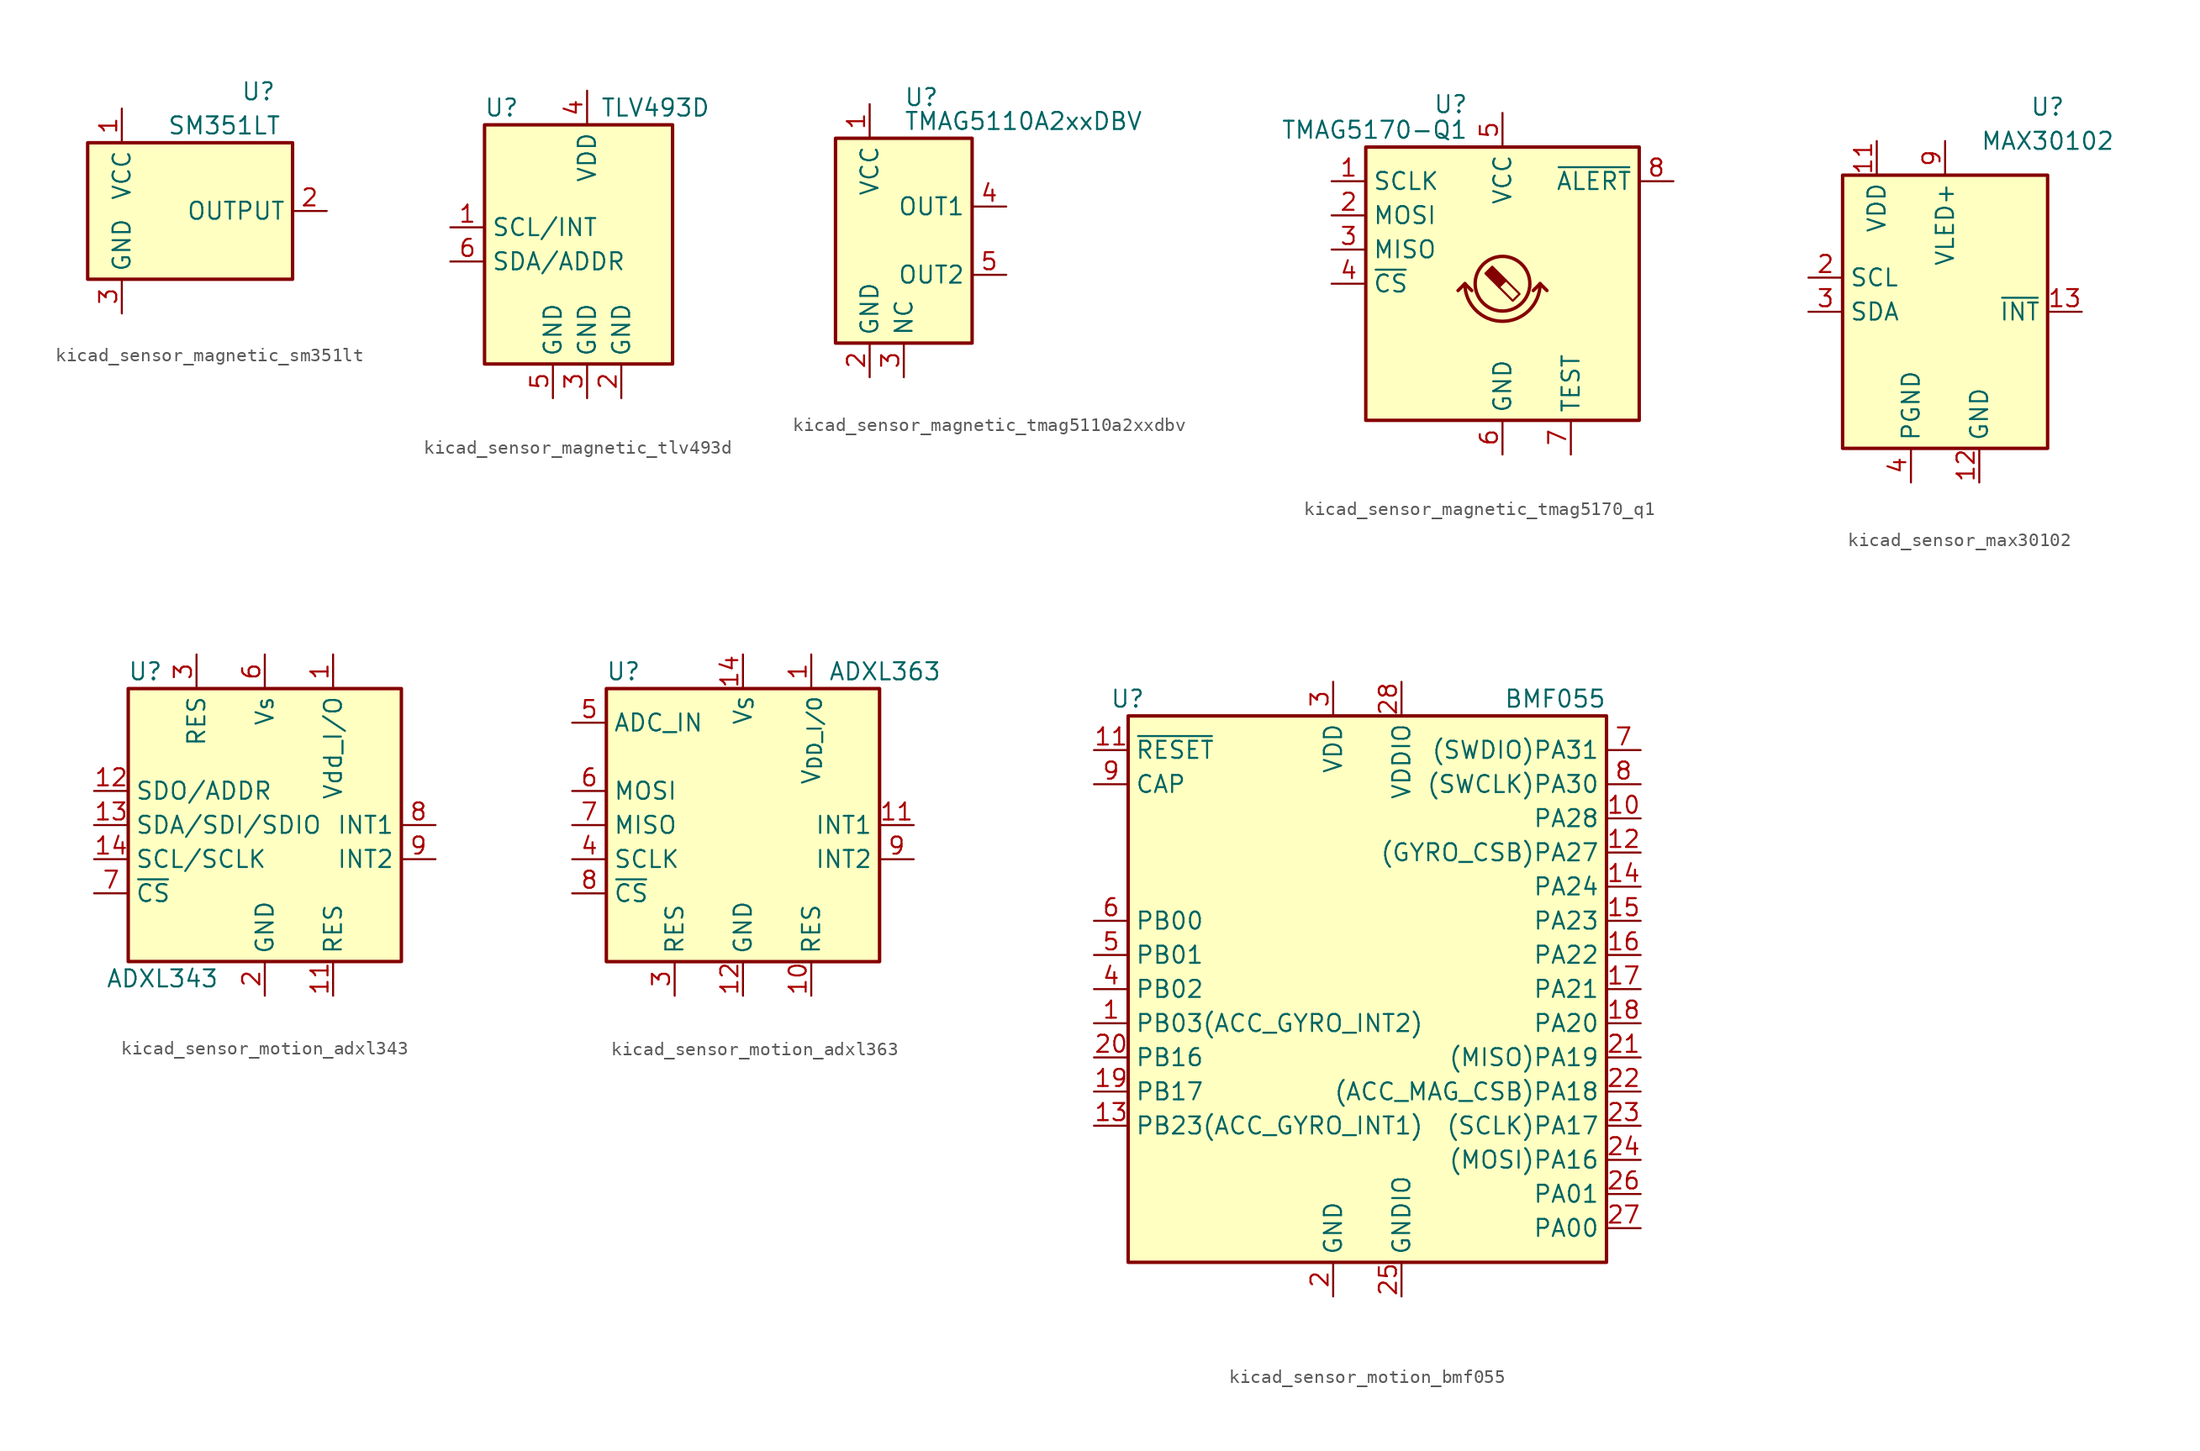
<source format=kicad_sym>
(kicad_symbol_lib
  (version 20220914)
  (generator kicad_symbol_editor)
  (symbol "kicad_sensor_magnetic_sm351lt"
    (property "Reference" "U"
      (at 5.08 8.89 0)
      (effects (font (size 1.27 1.27))))
    (property "Value" "SM351LT"
      (at 2.54 6.35 0)
      (effects (font (size 1.27 1.27))))
    (symbol "kicad_sensor_magnetic_sm351lt_0_1"
      (rectangle (start 7.62 5.08) (end -7.62 -5.08) (stroke (width 0.254) (type default)) (fill (type background))))
    (symbol "kicad_sensor_magnetic_sm351lt_1_1"
      (pin power_in line (at -5.08 7.62 270) (length 2.54) (name "VCC" (effects (font (size 1.27 1.27)))) (number "1" (effects (font (size 1.27 1.27)))))
      (pin output line (at 10.16 0 180) (length 2.54) (name "OUTPUT" (effects (font (size 1.27 1.27)))) (number "2" (effects (font (size 1.27 1.27)))))
      (pin power_in line (at -5.08 -7.62 90) (length 2.54) (name "GND" (effects (font (size 1.27 1.27)))) (number "3" (effects (font (size 1.27 1.27)))))))
  (symbol "kicad_sensor_magnetic_tlv493d"
    (property "Reference" "U"
      (at -6.35 11.43 0)
      (effects (font (size 1.27 1.27))))
    (property "Value" "TLV493D"
      (at 5.08 11.43 0)
      (effects (font (size 1.27 1.27))))
    (symbol "kicad_sensor_magnetic_tlv493d_0_1"
      (rectangle (start -7.62 10.16) (end 6.35 -7.62) (stroke (width 0.254) (type default)) (fill (type background))))
    (symbol "kicad_sensor_magnetic_tlv493d_1_1"
      (pin bidirectional line (at -10.16 2.54 0) (length 2.54) (name "SCL/INT" (effects (font (size 1.27 1.27)))) (number "1" (effects (font (size 1.27 1.27)))))
      (pin power_in line (at 2.54 -10.16 90) (length 2.54) (name "GND" (effects (font (size 1.27 1.27)))) (number "2" (effects (font (size 1.27 1.27)))))
      (pin power_in line (at 0 -10.16 90) (length 2.54) (name "GND" (effects (font (size 1.27 1.27)))) (number "3" (effects (font (size 1.27 1.27)))))
      (pin power_in line (at 0 12.7 270) (length 2.54) (name "VDD" (effects (font (size 1.27 1.27)))) (number "4" (effects (font (size 1.27 1.27)))))
      (pin power_in line (at -2.54 -10.16 90) (length 2.54) (name "GND" (effects (font (size 1.27 1.27)))) (number "5" (effects (font (size 1.27 1.27)))))
      (pin bidirectional line (at -10.16 0 0) (length 2.54) (name "SDA/ADDR" (effects (font (size 1.27 1.27)))) (number "6" (effects (font (size 1.27 1.27)))))))
  (symbol "kicad_sensor_magnetic_tmag5110a2xxdbv"
    (property "Reference" "U"
      (at 0 10.668 0)
      (effects (font (size 1.27 1.27)) (justify left)))
    (property "Value" "TMAG5110A2xxDBV"
      (at 0 8.89 0)
      (effects (font (size 1.27 1.27)) (justify left)))
    (symbol "kicad_sensor_magnetic_tmag5110a2xxdbv_0_0"
      (pin passive line (at 0 -10.16 90) (length 2.54) (name "NC" (effects (font (size 1.27 1.27)))) (number "3" (effects (font (size 1.27 1.27)))))
      (pin open_collector line (at 7.62 -2.54 180) (length 2.54) (name "OUT2" (effects (font (size 1.27 1.27)))) (number "5" (effects (font (size 1.27 1.27))))))
    (symbol "kicad_sensor_magnetic_tmag5110a2xxdbv_0_1"
      (rectangle (start -5.08 7.62) (end 5.08 -7.62) (stroke (width 0.254) (type default)) (fill (type background))))
    (symbol "kicad_sensor_magnetic_tmag5110a2xxdbv_1_1"
      (pin power_in line (at -2.54 10.16 270) (length 2.54) (name "VCC" (effects (font (size 1.27 1.27)))) (number "1" (effects (font (size 1.27 1.27)))))
      (pin power_in line (at -2.54 -10.16 90) (length 2.54) (name "GND" (effects (font (size 1.27 1.27)))) (number "2" (effects (font (size 1.27 1.27)))))
      (pin open_collector line (at 7.62 2.54 180) (length 2.54) (name "OUT1" (effects (font (size 1.27 1.27)))) (number "4" (effects (font (size 1.27 1.27)))))))
  (symbol "kicad_sensor_magnetic_tmag5170_q1"
    (property "Reference" "U"
      (at -2.54 13.335 0)
      (effects (font (size 1.27 1.27)) (justify right)))
    (property "Value" "TMAG5170-Q1"
      (at -2.54 11.43 0)
      (effects (font (size 1.27 1.27)) (justify right)))
    (symbol "kicad_sensor_magnetic_tmag5170_q1_0_1"
      (rectangle (start -10.16 10.16) (end 10.16 -10.16) (stroke (width 0.254) (type default)) (fill (type background)))
      (arc (start -2.794 0) (mid 0 -2.7819) (end 2.794 0) (stroke (width 0.254) (type default)) (fill (type none)))
      (polyline (pts (xy -2.794 0) (xy -3.302 -0.508)) (stroke (width 0.254) (type default)) (fill (type none)))
      (polyline (pts (xy -2.794 0) (xy -2.286 -0.508)) (stroke (width 0.254) (type default)) (fill (type none)))
      (polyline (pts (xy 2.794 0) (xy 2.286 -0.508)) (stroke (width 0.254) (type default)) (fill (type none)))
      (polyline (pts (xy 2.794 0) (xy 3.302 -0.508)) (stroke (width 0.254) (type default)) (fill (type none))))
    (symbol "kicad_sensor_magnetic_tmag5170_q1_1_1"
      (polyline (pts (xy 0.254 0.254) (xy 1.27 -0.762) (xy 0.762 -1.27) (xy -0.254 -0.254)) (stroke (width 0) (type default)) (fill (type none)))
      (polyline (pts (xy -0.762 1.27) (xy 0.254 0.254) (xy -0.254 -0.254) (xy -1.27 0.762) (xy -1.016 1.016) (xy -0.762 1.27) (xy -0.635 1.143)) (stroke (width 0) (type default)) (fill (type outline)))
      (circle (center 0 0) (radius 2.032) (stroke (width 0.254) (type default)) (fill (type none)))
      (pin input line (at -12.7 7.62 0) (length 2.54) (name "SCLK" (effects (font (size 1.27 1.27)))) (number "1" (effects (font (size 1.27 1.27)))))
      (pin input line (at -12.7 5.08 0) (length 2.54) (name "MOSI" (effects (font (size 1.27 1.27)))) (number "2" (effects (font (size 1.27 1.27)))))
      (pin output line (at -12.7 2.54 0) (length 2.54) (name "MISO" (effects (font (size 1.27 1.27)))) (number "3" (effects (font (size 1.27 1.27)))))
      (pin input line (at -12.7 0 0) (length 2.54) (name "~{CS}" (effects (font (size 1.27 1.27)))) (number "4" (effects (font (size 1.27 1.27)))))
      (pin power_in line (at 0 12.7 270) (length 2.54) (name "VCC" (effects (font (size 1.27 1.27)))) (number "5" (effects (font (size 1.27 1.27)))))
      (pin power_in line (at 0 -12.7 90) (length 2.54) (name "GND" (effects (font (size 1.27 1.27)))) (number "6" (effects (font (size 1.27 1.27)))))
      (pin passive line (at 5.08 -12.7 90) (length 2.54) (name "TEST" (effects (font (size 1.27 1.27)))) (number "7" (effects (font (size 1.27 1.27)))))
      (pin bidirectional line (at 12.7 7.62 180) (length 2.54) (name "~{ALERT}" (effects (font (size 1.27 1.27)))) (number "8" (effects (font (size 1.27 1.27)))))))
  (symbol "kicad_sensor_max30102"
    (property "Reference" "U"
      (at 7.62 15.24 0)
      (effects (font (size 1.27 1.27))))
    (property "Value" "MAX30102"
      (at 7.62 12.7 0)
      (effects (font (size 1.27 1.27))))
    (symbol "kicad_sensor_max30102_0_1"
      (rectangle (start -7.62 10.16) (end 7.62 -10.16) (stroke (width 0.254) (type default)) (fill (type background))))
    (symbol "kicad_sensor_max30102_1_1"
      (pin no_connect line (at -7.62 5.08 0) (length 2.54) hide (name "NC" (effects (font (size 1.27 1.27)))) (number "1" (effects (font (size 1.27 1.27)))))
      (pin passive line (at 0 12.7 270) (length 2.54) hide (name "VLED+" (effects (font (size 1.27 1.27)))) (number "10" (effects (font (size 1.27 1.27)))))
      (pin power_in line (at -5.08 12.7 270) (length 2.54) (name "VDD" (effects (font (size 1.27 1.27)))) (number "11" (effects (font (size 1.27 1.27)))))
      (pin power_in line (at 2.54 -12.7 90) (length 2.54) (name "GND" (effects (font (size 1.27 1.27)))) (number "12" (effects (font (size 1.27 1.27)))))
      (pin output line (at 10.16 0 180) (length 2.54) (name "~{INT}" (effects (font (size 1.27 1.27)))) (number "13" (effects (font (size 1.27 1.27)))))
      (pin no_connect line (at 7.62 2.54 180) (length 2.54) hide (name "NC" (effects (font (size 1.27 1.27)))) (number "14" (effects (font (size 1.27 1.27)))))
      (pin input line (at -10.16 2.54 0) (length 2.54) (name "SCL" (effects (font (size 1.27 1.27)))) (number "2" (effects (font (size 1.27 1.27)))))
      (pin bidirectional line (at -10.16 0 0) (length 2.54) (name "SDA" (effects (font (size 1.27 1.27)))) (number "3" (effects (font (size 1.27 1.27)))))
      (pin power_in line (at -2.54 -12.7 90) (length 2.54) (name "PGND" (effects (font (size 1.27 1.27)))) (number "4" (effects (font (size 1.27 1.27)))))
      (pin no_connect line (at 7.62 -7.62 180) (length 2.54) hide (name "NC" (effects (font (size 1.27 1.27)))) (number "5" (effects (font (size 1.27 1.27)))))
      (pin no_connect line (at 7.62 -5.08 180) (length 2.54) hide (name "NC" (effects (font (size 1.27 1.27)))) (number "6" (effects (font (size 1.27 1.27)))))
      (pin no_connect line (at -7.62 -2.54 0) (length 2.54) hide (name "NC" (effects (font (size 1.27 1.27)))) (number "7" (effects (font (size 1.27 1.27)))))
      (pin no_connect line (at 7.62 5.08 180) (length 2.54) hide (name "NC" (effects (font (size 1.27 1.27)))) (number "8" (effects (font (size 1.27 1.27)))))
      (pin power_in line (at 0 12.7 270) (length 2.54) (name "VLED+" (effects (font (size 1.27 1.27)))) (number "9" (effects (font (size 1.27 1.27)))))))
  (symbol "kicad_sensor_motion_adxl343"
    (property "Reference" "U"
      (at -8.89 11.43 0)
      (effects (font (size 1.27 1.27))))
    (property "Value" "ADXL343"
      (at -7.62 -11.43 0)
      (effects (font (size 1.27 1.27))))
    (symbol "kicad_sensor_motion_adxl343_0_1"
      (rectangle (start -10.16 10.16) (end 10.16 -10.16) (stroke (width 0.254) (type default)) (fill (type background))))
    (symbol "kicad_sensor_motion_adxl343_1_1"
      (pin power_in line (at 5.08 12.7 270) (length 2.54) (name "Vdd_I/O" (effects (font (size 1.27 1.27)))) (number "1" (effects (font (size 1.27 1.27)))))
      (pin no_connect line (at -5.08 -10.16 90) (length 2.54) hide (name "NC" (effects (font (size 1.27 1.27)))) (number "10" (effects (font (size 1.27 1.27)))))
      (pin passive line (at 5.08 -12.7 90) (length 2.54) (name "RES" (effects (font (size 1.27 1.27)))) (number "11" (effects (font (size 1.27 1.27)))))
      (pin bidirectional line (at -12.7 2.54 0) (length 2.54) (name "SDO/ADDR" (effects (font (size 1.27 1.27)))) (number "12" (effects (font (size 1.27 1.27)))))
      (pin bidirectional line (at -12.7 0 0) (length 2.54) (name "SDA/SDI/SDIO" (effects (font (size 1.27 1.27)))) (number "13" (effects (font (size 1.27 1.27)))))
      (pin input line (at -12.7 -2.54 0) (length 2.54) (name "SCL/SCLK" (effects (font (size 1.27 1.27)))) (number "14" (effects (font (size 1.27 1.27)))))
      (pin power_in line (at 0 -12.7 90) (length 2.54) (name "GND" (effects (font (size 1.27 1.27)))) (number "2" (effects (font (size 1.27 1.27)))))
      (pin passive line (at -5.08 12.7 270) (length 2.54) (name "RES" (effects (font (size 1.27 1.27)))) (number "3" (effects (font (size 1.27 1.27)))))
      (pin passive line (at 0 -12.7 90) (length 2.54) hide (name "GND" (effects (font (size 1.27 1.27)))) (number "4" (effects (font (size 1.27 1.27)))))
      (pin passive line (at 0 -12.7 90) (length 2.54) hide (name "GND" (effects (font (size 1.27 1.27)))) (number "5" (effects (font (size 1.27 1.27)))))
      (pin power_in line (at 0 12.7 270) (length 2.54) (name "Vs" (effects (font (size 1.27 1.27)))) (number "6" (effects (font (size 1.27 1.27)))))
      (pin input line (at -12.7 -5.08 0) (length 2.54) (name "~{CS}" (effects (font (size 1.27 1.27)))) (number "7" (effects (font (size 1.27 1.27)))))
      (pin output line (at 12.7 0 180) (length 2.54) (name "INT1" (effects (font (size 1.27 1.27)))) (number "8" (effects (font (size 1.27 1.27)))))
      (pin output line (at 12.7 -2.54 180) (length 2.54) (name "INT2" (effects (font (size 1.27 1.27)))) (number "9" (effects (font (size 1.27 1.27)))))))
  (symbol "kicad_sensor_motion_adxl363"
    (property "Reference" "U"
      (at -8.89 11.43 0)
      (effects (font (size 1.27 1.27))))
    (property "Value" "ADXL363"
      (at 6.35 11.43 0)
      (effects (font (size 1.27 1.27)) (justify left)))
    (symbol "kicad_sensor_motion_adxl363_0_1"
      (rectangle (start -10.16 10.16) (end 10.16 -10.16) (stroke (width 0.254) (type default)) (fill (type background))))
    (symbol "kicad_sensor_motion_adxl363_1_1"
      (pin power_in line (at 5.08 12.7 270) (length 2.54) (name "V_{DD_I/O}" (effects (font (size 1.27 1.27)))) (number "1" (effects (font (size 1.27 1.27)))))
      (pin passive line (at 5.08 -12.7 90) (length 2.54) (name "RES" (effects (font (size 1.27 1.27)))) (number "10" (effects (font (size 1.27 1.27)))))
      (pin output line (at 12.7 0 180) (length 2.54) (name "INT1" (effects (font (size 1.27 1.27)))) (number "11" (effects (font (size 1.27 1.27)))))
      (pin power_in line (at 0 -12.7 90) (length 2.54) (name "GND" (effects (font (size 1.27 1.27)))) (number "12" (effects (font (size 1.27 1.27)))))
      (pin passive line (at 0 -12.7 90) (length 2.54) hide (name "GND" (effects (font (size 1.27 1.27)))) (number "13" (effects (font (size 1.27 1.27)))))
      (pin power_in line (at 0 12.7 270) (length 2.54) (name "V_{S}" (effects (font (size 1.27 1.27)))) (number "14" (effects (font (size 1.27 1.27)))))
      (pin passive line (at 0 -12.7 90) (length 2.54) hide (name "GND" (effects (font (size 1.27 1.27)))) (number "16" (effects (font (size 1.27 1.27)))))
      (pin passive line (at -5.08 -12.7 90) (length 2.54) (name "RES" (effects (font (size 1.27 1.27)))) (number "3" (effects (font (size 1.27 1.27)))))
      (pin input line (at -12.7 -2.54 0) (length 2.54) (name "SCLK" (effects (font (size 1.27 1.27)))) (number "4" (effects (font (size 1.27 1.27)))))
      (pin input line (at -12.7 7.62 0) (length 2.54) (name "ADC_IN" (effects (font (size 1.27 1.27)))) (number "5" (effects (font (size 1.27 1.27)))))
      (pin input line (at -12.7 2.54 0) (length 2.54) (name "MOSI" (effects (font (size 1.27 1.27)))) (number "6" (effects (font (size 1.27 1.27)))))
      (pin output line (at -12.7 0 0) (length 2.54) (name "MISO" (effects (font (size 1.27 1.27)))) (number "7" (effects (font (size 1.27 1.27)))))
      (pin input line (at -12.7 -5.08 0) (length 2.54) (name "~{CS}" (effects (font (size 1.27 1.27)))) (number "8" (effects (font (size 1.27 1.27)))))
      (pin output line (at 12.7 -2.54 180) (length 2.54) (name "INT2" (effects (font (size 1.27 1.27)))) (number "9" (effects (font (size 1.27 1.27)))))))
  (symbol "kicad_sensor_motion_bmf055"
    (property "Reference" "U"
      (at -16.51 21.59 0)
      (effects (font (size 1.27 1.27)) (justify right)))
    (property "Value" "BMF055"
      (at 17.78 21.59 0)
      (effects (font (size 1.27 1.27)) (justify right)))
    (symbol "kicad_sensor_motion_bmf055_0_1"
      (rectangle (start -17.78 20.32) (end 17.78 -20.32) (stroke (width 0.254) (type default)) (fill (type background))))
    (symbol "kicad_sensor_motion_bmf055_1_1"
      (pin bidirectional line (at -20.32 -2.54 0) (length 2.54) (name "PB03(ACC_GYRO_INT2)" (effects (font (size 1.27 1.27)))) (number "1" (effects (font (size 1.27 1.27)))))
      (pin bidirectional line (at 20.32 12.7 180) (length 2.54) (name "PA28" (effects (font (size 1.27 1.27)))) (number "10" (effects (font (size 1.27 1.27)))))
      (pin input line (at -20.32 17.78 0) (length 2.54) (name "~{RESET}" (effects (font (size 1.27 1.27)))) (number "11" (effects (font (size 1.27 1.27)))))
      (pin bidirectional line (at 20.32 10.16 180) (length 2.54) (name "(GYRO_CSB)PA27" (effects (font (size 1.27 1.27)))) (number "12" (effects (font (size 1.27 1.27)))))
      (pin bidirectional line (at -20.32 -10.16 0) (length 2.54) (name "PB23(ACC_GYRO_INT1)" (effects (font (size 1.27 1.27)))) (number "13" (effects (font (size 1.27 1.27)))))
      (pin input line (at 20.32 7.62 180) (length 2.54) (name "PA24" (effects (font (size 1.27 1.27)))) (number "14" (effects (font (size 1.27 1.27)))))
      (pin bidirectional line (at 20.32 5.08 180) (length 2.54) (name "PA23" (effects (font (size 1.27 1.27)))) (number "15" (effects (font (size 1.27 1.27)))))
      (pin bidirectional line (at 20.32 2.54 180) (length 2.54) (name "PA22" (effects (font (size 1.27 1.27)))) (number "16" (effects (font (size 1.27 1.27)))))
      (pin bidirectional line (at 20.32 0 180) (length 2.54) (name "PA21" (effects (font (size 1.27 1.27)))) (number "17" (effects (font (size 1.27 1.27)))))
      (pin bidirectional line (at 20.32 -2.54 180) (length 2.54) (name "PA20" (effects (font (size 1.27 1.27)))) (number "18" (effects (font (size 1.27 1.27)))))
      (pin bidirectional line (at -20.32 -7.62 0) (length 2.54) (name "PB17" (effects (font (size 1.27 1.27)))) (number "19" (effects (font (size 1.27 1.27)))))
      (pin power_in line (at -2.54 -22.86 90) (length 2.54) (name "GND" (effects (font (size 1.27 1.27)))) (number "2" (effects (font (size 1.27 1.27)))))
      (pin bidirectional line (at -20.32 -5.08 0) (length 2.54) (name "PB16" (effects (font (size 1.27 1.27)))) (number "20" (effects (font (size 1.27 1.27)))))
      (pin bidirectional line (at 20.32 -5.08 180) (length 2.54) (name "(MISO)PA19" (effects (font (size 1.27 1.27)))) (number "21" (effects (font (size 1.27 1.27)))))
      (pin bidirectional line (at 20.32 -7.62 180) (length 2.54) (name "(ACC_MAG_CSB)PA18" (effects (font (size 1.27 1.27)))) (number "22" (effects (font (size 1.27 1.27)))))
      (pin bidirectional line (at 20.32 -10.16 180) (length 2.54) (name "(SCLK)PA17" (effects (font (size 1.27 1.27)))) (number "23" (effects (font (size 1.27 1.27)))))
      (pin bidirectional line (at 20.32 -12.7 180) (length 2.54) (name "(MOSI)PA16" (effects (font (size 1.27 1.27)))) (number "24" (effects (font (size 1.27 1.27)))))
      (pin power_in line (at 2.54 -22.86 90) (length 2.54) (name "GNDIO" (effects (font (size 1.27 1.27)))) (number "25" (effects (font (size 1.27 1.27)))))
      (pin bidirectional line (at 20.32 -15.24 180) (length 2.54) (name "PA01" (effects (font (size 1.27 1.27)))) (number "26" (effects (font (size 1.27 1.27)))))
      (pin bidirectional line (at 20.32 -17.78 180) (length 2.54) (name "PA00" (effects (font (size 1.27 1.27)))) (number "27" (effects (font (size 1.27 1.27)))))
      (pin power_in line (at 2.54 22.86 270) (length 2.54) (name "VDDIO" (effects (font (size 1.27 1.27)))) (number "28" (effects (font (size 1.27 1.27)))))
      (pin power_in line (at -2.54 22.86 270) (length 2.54) (name "VDD" (effects (font (size 1.27 1.27)))) (number "3" (effects (font (size 1.27 1.27)))))
      (pin bidirectional line (at -20.32 0 0) (length 2.54) (name "PB02" (effects (font (size 1.27 1.27)))) (number "4" (effects (font (size 1.27 1.27)))))
      (pin bidirectional line (at -20.32 2.54 0) (length 2.54) (name "PB01" (effects (font (size 1.27 1.27)))) (number "5" (effects (font (size 1.27 1.27)))))
      (pin bidirectional line (at -20.32 5.08 0) (length 2.54) (name "PB00" (effects (font (size 1.27 1.27)))) (number "6" (effects (font (size 1.27 1.27)))))
      (pin bidirectional line (at 20.32 17.78 180) (length 2.54) (name "(SWDIO)PA31" (effects (font (size 1.27 1.27)))) (number "7" (effects (font (size 1.27 1.27)))))
      (pin bidirectional line (at 20.32 15.24 180) (length 2.54) (name "(SWCLK)PA30" (effects (font (size 1.27 1.27)))) (number "8" (effects (font (size 1.27 1.27)))))
      (pin bidirectional line (at -20.32 15.24 0) (length 2.54) (name "CAP" (effects (font (size 1.27 1.27)))) (number "9" (effects (font (size 1.27 1.27))))))))
</source>
